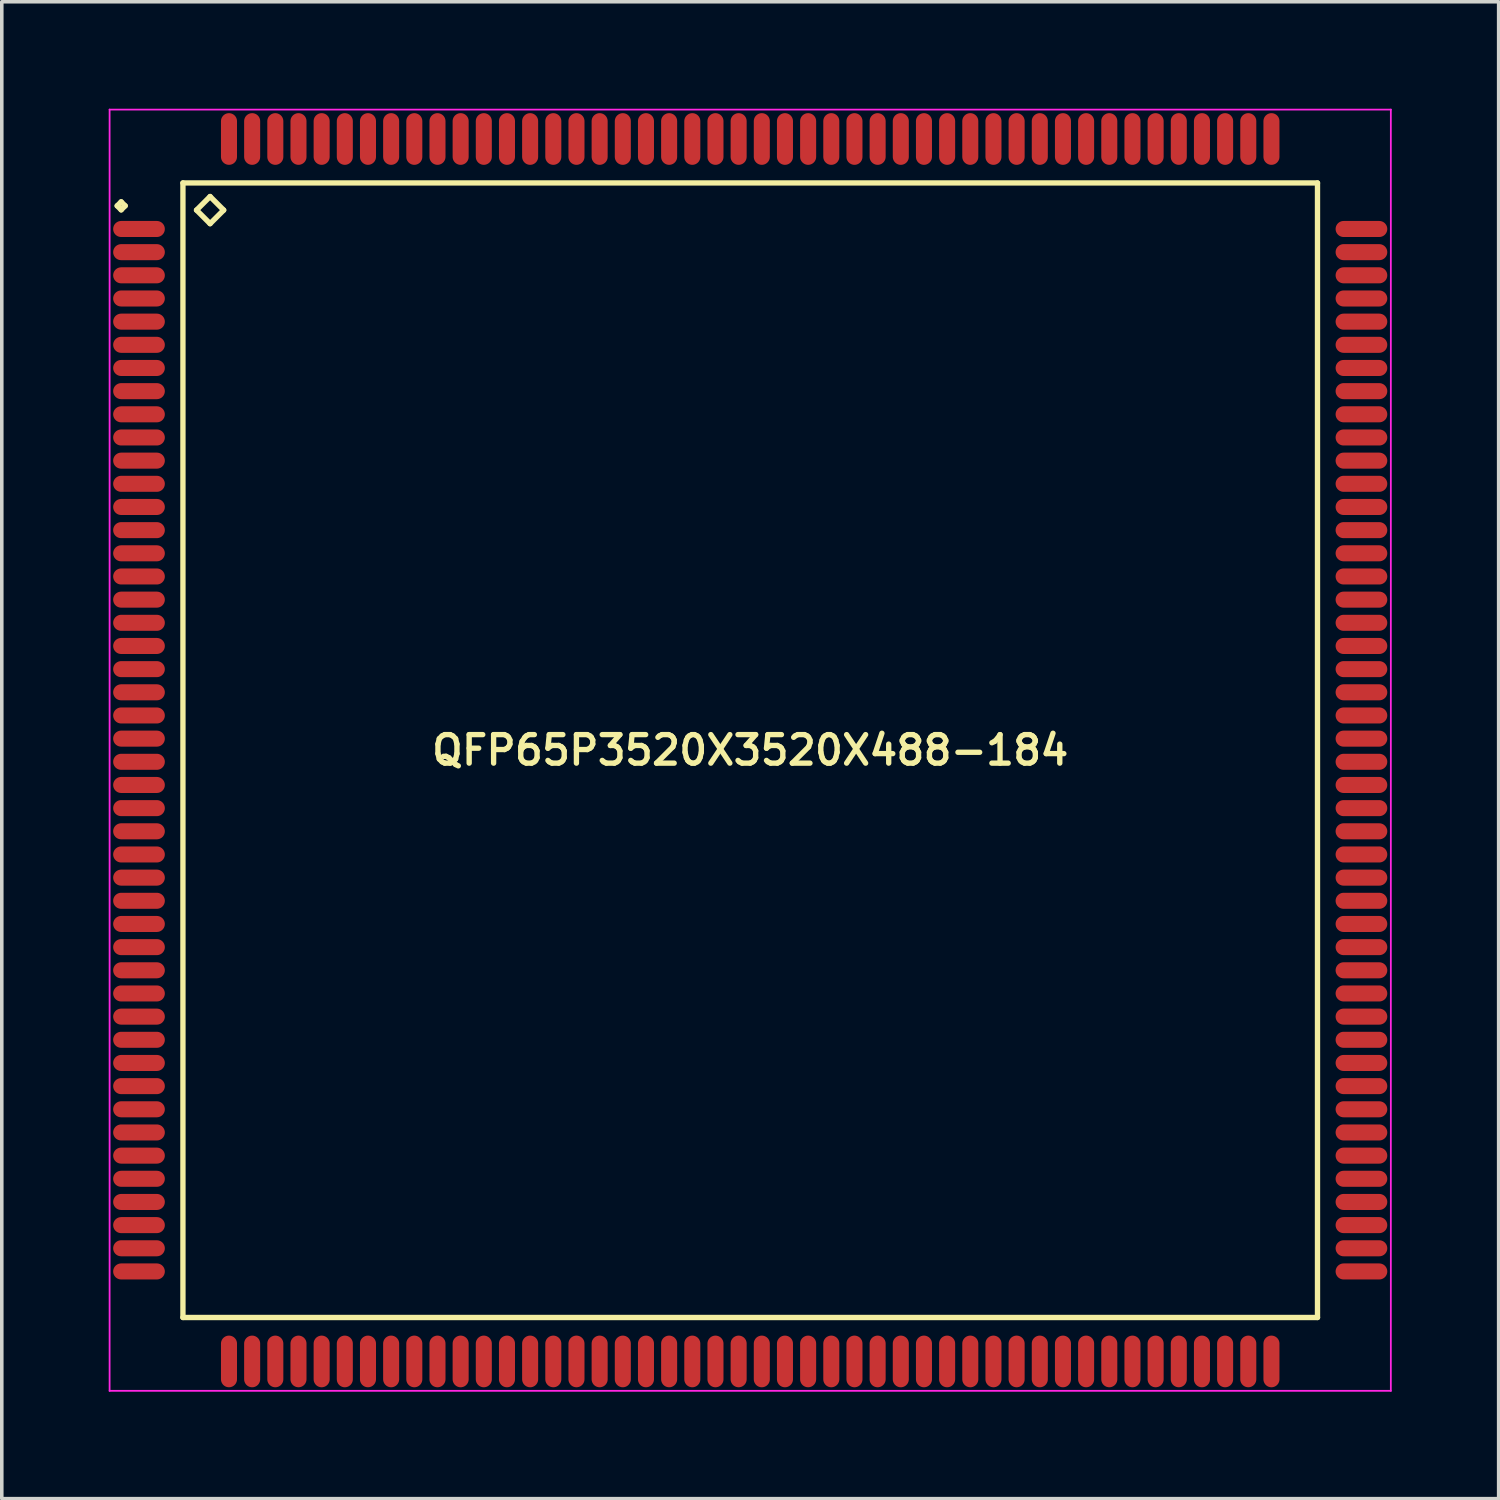
<source format=kicad_pcb>
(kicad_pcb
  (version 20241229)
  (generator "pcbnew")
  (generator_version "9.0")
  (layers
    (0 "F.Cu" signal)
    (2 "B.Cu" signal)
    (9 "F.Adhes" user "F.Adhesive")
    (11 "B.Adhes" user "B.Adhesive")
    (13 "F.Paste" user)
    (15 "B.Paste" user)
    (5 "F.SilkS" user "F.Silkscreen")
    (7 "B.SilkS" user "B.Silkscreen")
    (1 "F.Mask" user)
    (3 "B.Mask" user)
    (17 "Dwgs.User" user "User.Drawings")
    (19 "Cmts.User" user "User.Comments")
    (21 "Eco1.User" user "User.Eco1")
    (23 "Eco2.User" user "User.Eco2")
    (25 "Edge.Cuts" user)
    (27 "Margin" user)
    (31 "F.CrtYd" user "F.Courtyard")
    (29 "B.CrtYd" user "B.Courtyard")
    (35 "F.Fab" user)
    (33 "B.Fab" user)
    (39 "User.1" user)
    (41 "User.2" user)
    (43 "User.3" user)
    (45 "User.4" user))
  (footprint "QFP65P3520X3520X488-184"
    (layer "F.Cu")
    (at 18 18)
    (property "Reference" "QFP65P3520X3520X488-184" (at 0 0 0) (layer "F.SilkS") (effects (font (size 0.8 0.8) (thickness 0.15))))
    (attr smd)
    (fp_line (start -17.762 -15.275) (end -17.65 -15.387) (stroke (width 0.15) (type solid)) (layer "F.SilkS"))
    (fp_line (start -17.65 -15.387) (end -17.538 -15.275) (stroke (width 0.15) (type solid)) (layer "F.SilkS"))
    (fp_line (start -17.65 -15.162) (end -17.762 -15.275) (stroke (width 0.15) (type solid)) (layer "F.SilkS"))
    (fp_line (start -17.538 -15.275) (end -17.65 -15.162) (stroke (width 0.15) (type solid)) (layer "F.SilkS"))
    (fp_line (start -15.917 -15.917) (end -15.917 15.917) (stroke (width 0.15) (type solid)) (layer "F.SilkS"))
    (fp_line (start -15.917 15.917) (end 15.917 15.917) (stroke (width 0.15) (type solid)) (layer "F.SilkS"))
    (fp_line (start -15.536 -15.155) (end -15.155 -15.536) (stroke (width 0.15) (type solid)) (layer "F.SilkS"))
    (fp_line (start -15.155 -15.536) (end -14.774 -15.155) (stroke (width 0.15) (type solid)) (layer "F.SilkS"))
    (fp_line (start -15.155 -14.774) (end -15.536 -15.155) (stroke (width 0.15) (type solid)) (layer "F.SilkS"))
    (fp_line (start -14.774 -15.155) (end -15.155 -14.774) (stroke (width 0.15) (type solid)) (layer "F.SilkS"))
    (fp_line (start 15.917 -15.917) (end -15.917 -15.917) (stroke (width 0.15) (type solid)) (layer "F.SilkS"))
    (fp_line (start 15.917 15.917) (end 15.917 -15.917) (stroke (width 0.15) (type solid)) (layer "F.SilkS"))
    (fp_line (start -17.975 -17.975) (end 17.975 -17.975) (stroke (width 0.05) (type solid)) (layer "F.CrtYd"))
    (fp_line (start -17.975 17.975) (end -17.975 -17.975) (stroke (width 0.05) (type solid)) (layer "F.CrtYd"))
    (fp_line (start 17.975 -17.975) (end 17.975 17.975) (stroke (width 0.05) (type solid)) (layer "F.CrtYd"))
    (fp_line (start 17.975 17.975) (end -17.975 17.975) (stroke (width 0.05) (type solid)) (layer "F.CrtYd"))
    (pad "1" smd oval (at -17.15 -14.625) (size 1.45 0.45) (layers "F.Cu" "F.Mask" "F.Paste"))
    (pad "2" smd oval (at -17.15 -13.975) (size 1.45 0.45) (layers "F.Cu" "F.Mask" "F.Paste"))
    (pad "3" smd oval (at -17.15 -13.325) (size 1.45 0.45) (layers "F.Cu" "F.Mask" "F.Paste"))
    (pad "4" smd oval (at -17.15 -12.675) (size 1.45 0.45) (layers "F.Cu" "F.Mask" "F.Paste"))
    (pad "5" smd oval (at -17.15 -12.025) (size 1.45 0.45) (layers "F.Cu" "F.Mask" "F.Paste"))
    (pad "6" smd oval (at -17.15 -11.375) (size 1.45 0.45) (layers "F.Cu" "F.Mask" "F.Paste"))
    (pad "7" smd oval (at -17.15 -10.725) (size 1.45 0.45) (layers "F.Cu" "F.Mask" "F.Paste"))
    (pad "8" smd oval (at -17.15 -10.075) (size 1.45 0.45) (layers "F.Cu" "F.Mask" "F.Paste"))
    (pad "9" smd oval (at -17.15 -9.425) (size 1.45 0.45) (layers "F.Cu" "F.Mask" "F.Paste"))
    (pad "10" smd oval (at -17.15 -8.775) (size 1.45 0.45) (layers "F.Cu" "F.Mask" "F.Paste"))
    (pad "11" smd oval (at -17.15 -8.125) (size 1.45 0.45) (layers "F.Cu" "F.Mask" "F.Paste"))
    (pad "12" smd oval (at -17.15 -7.475) (size 1.45 0.45) (layers "F.Cu" "F.Mask" "F.Paste"))
    (pad "13" smd oval (at -17.15 -6.825) (size 1.45 0.45) (layers "F.Cu" "F.Mask" "F.Paste"))
    (pad "14" smd oval (at -17.15 -6.175) (size 1.45 0.45) (layers "F.Cu" "F.Mask" "F.Paste"))
    (pad "15" smd oval (at -17.15 -5.525) (size 1.45 0.45) (layers "F.Cu" "F.Mask" "F.Paste"))
    (pad "16" smd oval (at -17.15 -4.875) (size 1.45 0.45) (layers "F.Cu" "F.Mask" "F.Paste"))
    (pad "17" smd oval (at -17.15 -4.225) (size 1.45 0.45) (layers "F.Cu" "F.Mask" "F.Paste"))
    (pad "18" smd oval (at -17.15 -3.575) (size 1.45 0.45) (layers "F.Cu" "F.Mask" "F.Paste"))
    (pad "19" smd oval (at -17.15 -2.925) (size 1.45 0.45) (layers "F.Cu" "F.Mask" "F.Paste"))
    (pad "20" smd oval (at -17.15 -2.275) (size 1.45 0.45) (layers "F.Cu" "F.Mask" "F.Paste"))
    (pad "21" smd oval (at -17.15 -1.625) (size 1.45 0.45) (layers "F.Cu" "F.Mask" "F.Paste"))
    (pad "22" smd oval (at -17.15 -0.975) (size 1.45 0.45) (layers "F.Cu" "F.Mask" "F.Paste"))
    (pad "23" smd oval (at -17.15 -0.325) (size 1.45 0.45) (layers "F.Cu" "F.Mask" "F.Paste"))
    (pad "24" smd oval (at -17.15 0.325) (size 1.45 0.45) (layers "F.Cu" "F.Mask" "F.Paste"))
    (pad "25" smd oval (at -17.15 0.975) (size 1.45 0.45) (layers "F.Cu" "F.Mask" "F.Paste"))
    (pad "26" smd oval (at -17.15 1.625) (size 1.45 0.45) (layers "F.Cu" "F.Mask" "F.Paste"))
    (pad "27" smd oval (at -17.15 2.275) (size 1.45 0.45) (layers "F.Cu" "F.Mask" "F.Paste"))
    (pad "28" smd oval (at -17.15 2.925) (size 1.45 0.45) (layers "F.Cu" "F.Mask" "F.Paste"))
    (pad "29" smd oval (at -17.15 3.575) (size 1.45 0.45) (layers "F.Cu" "F.Mask" "F.Paste"))
    (pad "30" smd oval (at -17.15 4.225) (size 1.45 0.45) (layers "F.Cu" "F.Mask" "F.Paste"))
    (pad "31" smd oval (at -17.15 4.875) (size 1.45 0.45) (layers "F.Cu" "F.Mask" "F.Paste"))
    (pad "32" smd oval (at -17.15 5.525) (size 1.45 0.45) (layers "F.Cu" "F.Mask" "F.Paste"))
    (pad "33" smd oval (at -17.15 6.175) (size 1.45 0.45) (layers "F.Cu" "F.Mask" "F.Paste"))
    (pad "34" smd oval (at -17.15 6.825) (size 1.45 0.45) (layers "F.Cu" "F.Mask" "F.Paste"))
    (pad "35" smd oval (at -17.15 7.475) (size 1.45 0.45) (layers "F.Cu" "F.Mask" "F.Paste"))
    (pad "36" smd oval (at -17.15 8.125) (size 1.45 0.45) (layers "F.Cu" "F.Mask" "F.Paste"))
    (pad "37" smd oval (at -17.15 8.775) (size 1.45 0.45) (layers "F.Cu" "F.Mask" "F.Paste"))
    (pad "38" smd oval (at -17.15 9.425) (size 1.45 0.45) (layers "F.Cu" "F.Mask" "F.Paste"))
    (pad "39" smd oval (at -17.15 10.075) (size 1.45 0.45) (layers "F.Cu" "F.Mask" "F.Paste"))
    (pad "40" smd oval (at -17.15 10.725) (size 1.45 0.45) (layers "F.Cu" "F.Mask" "F.Paste"))
    (pad "41" smd oval (at -17.15 11.375) (size 1.45 0.45) (layers "F.Cu" "F.Mask" "F.Paste"))
    (pad "42" smd oval (at -17.15 12.025) (size 1.45 0.45) (layers "F.Cu" "F.Mask" "F.Paste"))
    (pad "43" smd oval (at -17.15 12.675) (size 1.45 0.45) (layers "F.Cu" "F.Mask" "F.Paste"))
    (pad "44" smd oval (at -17.15 13.325) (size 1.45 0.45) (layers "F.Cu" "F.Mask" "F.Paste"))
    (pad "45" smd oval (at -17.15 13.975) (size 1.45 0.45) (layers "F.Cu" "F.Mask" "F.Paste"))
    (pad "46" smd oval (at -17.15 14.625) (size 1.45 0.45) (layers "F.Cu" "F.Mask" "F.Paste"))
    (pad "47" smd oval (at -14.625 17.15) (size 0.45 1.45) (layers "F.Cu" "F.Mask" "F.Paste"))
    (pad "48" smd oval (at -13.975 17.15) (size 0.45 1.45) (layers "F.Cu" "F.Mask" "F.Paste"))
    (pad "49" smd oval (at -13.325 17.15) (size 0.45 1.45) (layers "F.Cu" "F.Mask" "F.Paste"))
    (pad "50" smd oval (at -12.675 17.15) (size 0.45 1.45) (layers "F.Cu" "F.Mask" "F.Paste"))
    (pad "51" smd oval (at -12.025 17.15) (size 0.45 1.45) (layers "F.Cu" "F.Mask" "F.Paste"))
    (pad "52" smd oval (at -11.375 17.15) (size 0.45 1.45) (layers "F.Cu" "F.Mask" "F.Paste"))
    (pad "53" smd oval (at -10.725 17.15) (size 0.45 1.45) (layers "F.Cu" "F.Mask" "F.Paste"))
    (pad "54" smd oval (at -10.075 17.15) (size 0.45 1.45) (layers "F.Cu" "F.Mask" "F.Paste"))
    (pad "55" smd oval (at -9.425 17.15) (size 0.45 1.45) (layers "F.Cu" "F.Mask" "F.Paste"))
    (pad "56" smd oval (at -8.775 17.15) (size 0.45 1.45) (layers "F.Cu" "F.Mask" "F.Paste"))
    (pad "57" smd oval (at -8.125 17.15) (size 0.45 1.45) (layers "F.Cu" "F.Mask" "F.Paste"))
    (pad "58" smd oval (at -7.475 17.15) (size 0.45 1.45) (layers "F.Cu" "F.Mask" "F.Paste"))
    (pad "59" smd oval (at -6.825 17.15) (size 0.45 1.45) (layers "F.Cu" "F.Mask" "F.Paste"))
    (pad "60" smd oval (at -6.175 17.15) (size 0.45 1.45) (layers "F.Cu" "F.Mask" "F.Paste"))
    (pad "61" smd oval (at -5.525 17.15) (size 0.45 1.45) (layers "F.Cu" "F.Mask" "F.Paste"))
    (pad "62" smd oval (at -4.875 17.15) (size 0.45 1.45) (layers "F.Cu" "F.Mask" "F.Paste"))
    (pad "63" smd oval (at -4.225 17.15) (size 0.45 1.45) (layers "F.Cu" "F.Mask" "F.Paste"))
    (pad "64" smd oval (at -3.575 17.15) (size 0.45 1.45) (layers "F.Cu" "F.Mask" "F.Paste"))
    (pad "65" smd oval (at -2.925 17.15) (size 0.45 1.45) (layers "F.Cu" "F.Mask" "F.Paste"))
    (pad "66" smd oval (at -2.275 17.15) (size 0.45 1.45) (layers "F.Cu" "F.Mask" "F.Paste"))
    (pad "67" smd oval (at -1.625 17.15) (size 0.45 1.45) (layers "F.Cu" "F.Mask" "F.Paste"))
    (pad "68" smd oval (at -0.975 17.15) (size 0.45 1.45) (layers "F.Cu" "F.Mask" "F.Paste"))
    (pad "69" smd oval (at -0.325 17.15) (size 0.45 1.45) (layers "F.Cu" "F.Mask" "F.Paste"))
    (pad "70" smd oval (at 0.325 17.15) (size 0.45 1.45) (layers "F.Cu" "F.Mask" "F.Paste"))
    (pad "71" smd oval (at 0.975 17.15) (size 0.45 1.45) (layers "F.Cu" "F.Mask" "F.Paste"))
    (pad "72" smd oval (at 1.625 17.15) (size 0.45 1.45) (layers "F.Cu" "F.Mask" "F.Paste"))
    (pad "73" smd oval (at 2.275 17.15) (size 0.45 1.45) (layers "F.Cu" "F.Mask" "F.Paste"))
    (pad "74" smd oval (at 2.925 17.15) (size 0.45 1.45) (layers "F.Cu" "F.Mask" "F.Paste"))
    (pad "75" smd oval (at 3.575 17.15) (size 0.45 1.45) (layers "F.Cu" "F.Mask" "F.Paste"))
    (pad "76" smd oval (at 4.225 17.15) (size 0.45 1.45) (layers "F.Cu" "F.Mask" "F.Paste"))
    (pad "77" smd oval (at 4.875 17.15) (size 0.45 1.45) (layers "F.Cu" "F.Mask" "F.Paste"))
    (pad "78" smd oval (at 5.525 17.15) (size 0.45 1.45) (layers "F.Cu" "F.Mask" "F.Paste"))
    (pad "79" smd oval (at 6.175 17.15) (size 0.45 1.45) (layers "F.Cu" "F.Mask" "F.Paste"))
    (pad "80" smd oval (at 6.825 17.15) (size 0.45 1.45) (layers "F.Cu" "F.Mask" "F.Paste"))
    (pad "81" smd oval (at 7.475 17.15) (size 0.45 1.45) (layers "F.Cu" "F.Mask" "F.Paste"))
    (pad "82" smd oval (at 8.125 17.15) (size 0.45 1.45) (layers "F.Cu" "F.Mask" "F.Paste"))
    (pad "83" smd oval (at 8.775 17.15) (size 0.45 1.45) (layers "F.Cu" "F.Mask" "F.Paste"))
    (pad "84" smd oval (at 9.425 17.15) (size 0.45 1.45) (layers "F.Cu" "F.Mask" "F.Paste"))
    (pad "85" smd oval (at 10.075 17.15) (size 0.45 1.45) (layers "F.Cu" "F.Mask" "F.Paste"))
    (pad "86" smd oval (at 10.725 17.15) (size 0.45 1.45) (layers "F.Cu" "F.Mask" "F.Paste"))
    (pad "87" smd oval (at 11.375 17.15) (size 0.45 1.45) (layers "F.Cu" "F.Mask" "F.Paste"))
    (pad "88" smd oval (at 12.025 17.15) (size 0.45 1.45) (layers "F.Cu" "F.Mask" "F.Paste"))
    (pad "89" smd oval (at 12.675 17.15) (size 0.45 1.45) (layers "F.Cu" "F.Mask" "F.Paste"))
    (pad "90" smd oval (at 13.325 17.15) (size 0.45 1.45) (layers "F.Cu" "F.Mask" "F.Paste"))
    (pad "91" smd oval (at 13.975 17.15) (size 0.45 1.45) (layers "F.Cu" "F.Mask" "F.Paste"))
    (pad "92" smd oval (at 14.625 17.15) (size 0.45 1.45) (layers "F.Cu" "F.Mask" "F.Paste"))
    (pad "93" smd oval (at 17.15 14.625) (size 1.45 0.45) (layers "F.Cu" "F.Mask" "F.Paste"))
    (pad "94" smd oval (at 17.15 13.975) (size 1.45 0.45) (layers "F.Cu" "F.Mask" "F.Paste"))
    (pad "95" smd oval (at 17.15 13.325) (size 1.45 0.45) (layers "F.Cu" "F.Mask" "F.Paste"))
    (pad "96" smd oval (at 17.15 12.675) (size 1.45 0.45) (layers "F.Cu" "F.Mask" "F.Paste"))
    (pad "97" smd oval (at 17.15 12.025) (size 1.45 0.45) (layers "F.Cu" "F.Mask" "F.Paste"))
    (pad "98" smd oval (at 17.15 11.375) (size 1.45 0.45) (layers "F.Cu" "F.Mask" "F.Paste"))
    (pad "99" smd oval (at 17.15 10.725) (size 1.45 0.45) (layers "F.Cu" "F.Mask" "F.Paste"))
    (pad "100" smd oval (at 17.15 10.075) (size 1.45 0.45) (layers "F.Cu" "F.Mask" "F.Paste"))
    (pad "101" smd oval (at 17.15 9.425) (size 1.45 0.45) (layers "F.Cu" "F.Mask" "F.Paste"))
    (pad "102" smd oval (at 17.15 8.775) (size 1.45 0.45) (layers "F.Cu" "F.Mask" "F.Paste"))
    (pad "103" smd oval (at 17.15 8.125) (size 1.45 0.45) (layers "F.Cu" "F.Mask" "F.Paste"))
    (pad "104" smd oval (at 17.15 7.475) (size 1.45 0.45) (layers "F.Cu" "F.Mask" "F.Paste"))
    (pad "105" smd oval (at 17.15 6.825) (size 1.45 0.45) (layers "F.Cu" "F.Mask" "F.Paste"))
    (pad "106" smd oval (at 17.15 6.175) (size 1.45 0.45) (layers "F.Cu" "F.Mask" "F.Paste"))
    (pad "107" smd oval (at 17.15 5.525) (size 1.45 0.45) (layers "F.Cu" "F.Mask" "F.Paste"))
    (pad "108" smd oval (at 17.15 4.875) (size 1.45 0.45) (layers "F.Cu" "F.Mask" "F.Paste"))
    (pad "109" smd oval (at 17.15 4.225) (size 1.45 0.45) (layers "F.Cu" "F.Mask" "F.Paste"))
    (pad "110" smd oval (at 17.15 3.575) (size 1.45 0.45) (layers "F.Cu" "F.Mask" "F.Paste"))
    (pad "111" smd oval (at 17.15 2.925) (size 1.45 0.45) (layers "F.Cu" "F.Mask" "F.Paste"))
    (pad "112" smd oval (at 17.15 2.275) (size 1.45 0.45) (layers "F.Cu" "F.Mask" "F.Paste"))
    (pad "113" smd oval (at 17.15 1.625) (size 1.45 0.45) (layers "F.Cu" "F.Mask" "F.Paste"))
    (pad "114" smd oval (at 17.15 0.975) (size 1.45 0.45) (layers "F.Cu" "F.Mask" "F.Paste"))
    (pad "115" smd oval (at 17.15 0.325) (size 1.45 0.45) (layers "F.Cu" "F.Mask" "F.Paste"))
    (pad "116" smd oval (at 17.15 -0.325) (size 1.45 0.45) (layers "F.Cu" "F.Mask" "F.Paste"))
    (pad "117" smd oval (at 17.15 -0.975) (size 1.45 0.45) (layers "F.Cu" "F.Mask" "F.Paste"))
    (pad "118" smd oval (at 17.15 -1.625) (size 1.45 0.45) (layers "F.Cu" "F.Mask" "F.Paste"))
    (pad "119" smd oval (at 17.15 -2.275) (size 1.45 0.45) (layers "F.Cu" "F.Mask" "F.Paste"))
    (pad "120" smd oval (at 17.15 -2.925) (size 1.45 0.45) (layers "F.Cu" "F.Mask" "F.Paste"))
    (pad "121" smd oval (at 17.15 -3.575) (size 1.45 0.45) (layers "F.Cu" "F.Mask" "F.Paste"))
    (pad "122" smd oval (at 17.15 -4.225) (size 1.45 0.45) (layers "F.Cu" "F.Mask" "F.Paste"))
    (pad "123" smd oval (at 17.15 -4.875) (size 1.45 0.45) (layers "F.Cu" "F.Mask" "F.Paste"))
    (pad "124" smd oval (at 17.15 -5.525) (size 1.45 0.45) (layers "F.Cu" "F.Mask" "F.Paste"))
    (pad "125" smd oval (at 17.15 -6.175) (size 1.45 0.45) (layers "F.Cu" "F.Mask" "F.Paste"))
    (pad "126" smd oval (at 17.15 -6.825) (size 1.45 0.45) (layers "F.Cu" "F.Mask" "F.Paste"))
    (pad "127" smd oval (at 17.15 -7.475) (size 1.45 0.45) (layers "F.Cu" "F.Mask" "F.Paste"))
    (pad "128" smd oval (at 17.15 -8.125) (size 1.45 0.45) (layers "F.Cu" "F.Mask" "F.Paste"))
    (pad "129" smd oval (at 17.15 -8.775) (size 1.45 0.45) (layers "F.Cu" "F.Mask" "F.Paste"))
    (pad "130" smd oval (at 17.15 -9.425) (size 1.45 0.45) (layers "F.Cu" "F.Mask" "F.Paste"))
    (pad "131" smd oval (at 17.15 -10.075) (size 1.45 0.45) (layers "F.Cu" "F.Mask" "F.Paste"))
    (pad "132" smd oval (at 17.15 -10.725) (size 1.45 0.45) (layers "F.Cu" "F.Mask" "F.Paste"))
    (pad "133" smd oval (at 17.15 -11.375) (size 1.45 0.45) (layers "F.Cu" "F.Mask" "F.Paste"))
    (pad "134" smd oval (at 17.15 -12.025) (size 1.45 0.45) (layers "F.Cu" "F.Mask" "F.Paste"))
    (pad "135" smd oval (at 17.15 -12.675) (size 1.45 0.45) (layers "F.Cu" "F.Mask" "F.Paste"))
    (pad "136" smd oval (at 17.15 -13.325) (size 1.45 0.45) (layers "F.Cu" "F.Mask" "F.Paste"))
    (pad "137" smd oval (at 17.15 -13.975) (size 1.45 0.45) (layers "F.Cu" "F.Mask" "F.Paste"))
    (pad "138" smd oval (at 17.15 -14.625) (size 1.45 0.45) (layers "F.Cu" "F.Mask" "F.Paste"))
    (pad "139" smd oval (at 14.625 -17.15) (size 0.45 1.45) (layers "F.Cu" "F.Mask" "F.Paste"))
    (pad "140" smd oval (at 13.975 -17.15) (size 0.45 1.45) (layers "F.Cu" "F.Mask" "F.Paste"))
    (pad "141" smd oval (at 13.325 -17.15) (size 0.45 1.45) (layers "F.Cu" "F.Mask" "F.Paste"))
    (pad "142" smd oval (at 12.675 -17.15) (size 0.45 1.45) (layers "F.Cu" "F.Mask" "F.Paste"))
    (pad "143" smd oval (at 12.025 -17.15) (size 0.45 1.45) (layers "F.Cu" "F.Mask" "F.Paste"))
    (pad "144" smd oval (at 11.375 -17.15) (size 0.45 1.45) (layers "F.Cu" "F.Mask" "F.Paste"))
    (pad "145" smd oval (at 10.725 -17.15) (size 0.45 1.45) (layers "F.Cu" "F.Mask" "F.Paste"))
    (pad "146" smd oval (at 10.075 -17.15) (size 0.45 1.45) (layers "F.Cu" "F.Mask" "F.Paste"))
    (pad "147" smd oval (at 9.425 -17.15) (size 0.45 1.45) (layers "F.Cu" "F.Mask" "F.Paste"))
    (pad "148" smd oval (at 8.775 -17.15) (size 0.45 1.45) (layers "F.Cu" "F.Mask" "F.Paste"))
    (pad "149" smd oval (at 8.125 -17.15) (size 0.45 1.45) (layers "F.Cu" "F.Mask" "F.Paste"))
    (pad "150" smd oval (at 7.475 -17.15) (size 0.45 1.45) (layers "F.Cu" "F.Mask" "F.Paste"))
    (pad "151" smd oval (at 6.825 -17.15) (size 0.45 1.45) (layers "F.Cu" "F.Mask" "F.Paste"))
    (pad "152" smd oval (at 6.175 -17.15) (size 0.45 1.45) (layers "F.Cu" "F.Mask" "F.Paste"))
    (pad "153" smd oval (at 5.525 -17.15) (size 0.45 1.45) (layers "F.Cu" "F.Mask" "F.Paste"))
    (pad "154" smd oval (at 4.875 -17.15) (size 0.45 1.45) (layers "F.Cu" "F.Mask" "F.Paste"))
    (pad "155" smd oval (at 4.225 -17.15) (size 0.45 1.45) (layers "F.Cu" "F.Mask" "F.Paste"))
    (pad "156" smd oval (at 3.575 -17.15) (size 0.45 1.45) (layers "F.Cu" "F.Mask" "F.Paste"))
    (pad "157" smd oval (at 2.925 -17.15) (size 0.45 1.45) (layers "F.Cu" "F.Mask" "F.Paste"))
    (pad "158" smd oval (at 2.275 -17.15) (size 0.45 1.45) (layers "F.Cu" "F.Mask" "F.Paste"))
    (pad "159" smd oval (at 1.625 -17.15) (size 0.45 1.45) (layers "F.Cu" "F.Mask" "F.Paste"))
    (pad "160" smd oval (at 0.975 -17.15) (size 0.45 1.45) (layers "F.Cu" "F.Mask" "F.Paste"))
    (pad "161" smd oval (at 0.325 -17.15) (size 0.45 1.45) (layers "F.Cu" "F.Mask" "F.Paste"))
    (pad "162" smd oval (at -0.325 -17.15) (size 0.45 1.45) (layers "F.Cu" "F.Mask" "F.Paste"))
    (pad "163" smd oval (at -0.975 -17.15) (size 0.45 1.45) (layers "F.Cu" "F.Mask" "F.Paste"))
    (pad "164" smd oval (at -1.625 -17.15) (size 0.45 1.45) (layers "F.Cu" "F.Mask" "F.Paste"))
    (pad "165" smd oval (at -2.275 -17.15) (size 0.45 1.45) (layers "F.Cu" "F.Mask" "F.Paste"))
    (pad "166" smd oval (at -2.925 -17.15) (size 0.45 1.45) (layers "F.Cu" "F.Mask" "F.Paste"))
    (pad "167" smd oval (at -3.575 -17.15) (size 0.45 1.45) (layers "F.Cu" "F.Mask" "F.Paste"))
    (pad "168" smd oval (at -4.225 -17.15) (size 0.45 1.45) (layers "F.Cu" "F.Mask" "F.Paste"))
    (pad "169" smd oval (at -4.875 -17.15) (size 0.45 1.45) (layers "F.Cu" "F.Mask" "F.Paste"))
    (pad "170" smd oval (at -5.525 -17.15) (size 0.45 1.45) (layers "F.Cu" "F.Mask" "F.Paste"))
    (pad "171" smd oval (at -6.175 -17.15) (size 0.45 1.45) (layers "F.Cu" "F.Mask" "F.Paste"))
    (pad "172" smd oval (at -6.825 -17.15) (size 0.45 1.45) (layers "F.Cu" "F.Mask" "F.Paste"))
    (pad "173" smd oval (at -7.475 -17.15) (size 0.45 1.45) (layers "F.Cu" "F.Mask" "F.Paste"))
    (pad "174" smd oval (at -8.125 -17.15) (size 0.45 1.45) (layers "F.Cu" "F.Mask" "F.Paste"))
    (pad "175" smd oval (at -8.775 -17.15) (size 0.45 1.45) (layers "F.Cu" "F.Mask" "F.Paste"))
    (pad "176" smd oval (at -9.425 -17.15) (size 0.45 1.45) (layers "F.Cu" "F.Mask" "F.Paste"))
    (pad "177" smd oval (at -10.075 -17.15) (size 0.45 1.45) (layers "F.Cu" "F.Mask" "F.Paste"))
    (pad "178" smd oval (at -10.725 -17.15) (size 0.45 1.45) (layers "F.Cu" "F.Mask" "F.Paste"))
    (pad "179" smd oval (at -11.375 -17.15) (size 0.45 1.45) (layers "F.Cu" "F.Mask" "F.Paste"))
    (pad "180" smd oval (at -12.025 -17.15) (size 0.45 1.45) (layers "F.Cu" "F.Mask" "F.Paste"))
    (pad "181" smd oval (at -12.675 -17.15) (size 0.45 1.45) (layers "F.Cu" "F.Mask" "F.Paste"))
    (pad "182" smd oval (at -13.325 -17.15) (size 0.45 1.45) (layers "F.Cu" "F.Mask" "F.Paste"))
    (pad "183" smd oval (at -13.975 -17.15) (size 0.45 1.45) (layers "F.Cu" "F.Mask" "F.Paste"))
    (pad "184" smd oval (at -14.625 -17.15) (size 0.45 1.45) (layers "F.Cu" "F.Mask" "F.Paste")))
  (gr_rect
    (start -3 -3)
    (end 39 39)
    (stroke (width 0.1) (type default))
    (fill no)
    (layer "Edge.Cuts")))
</source>
